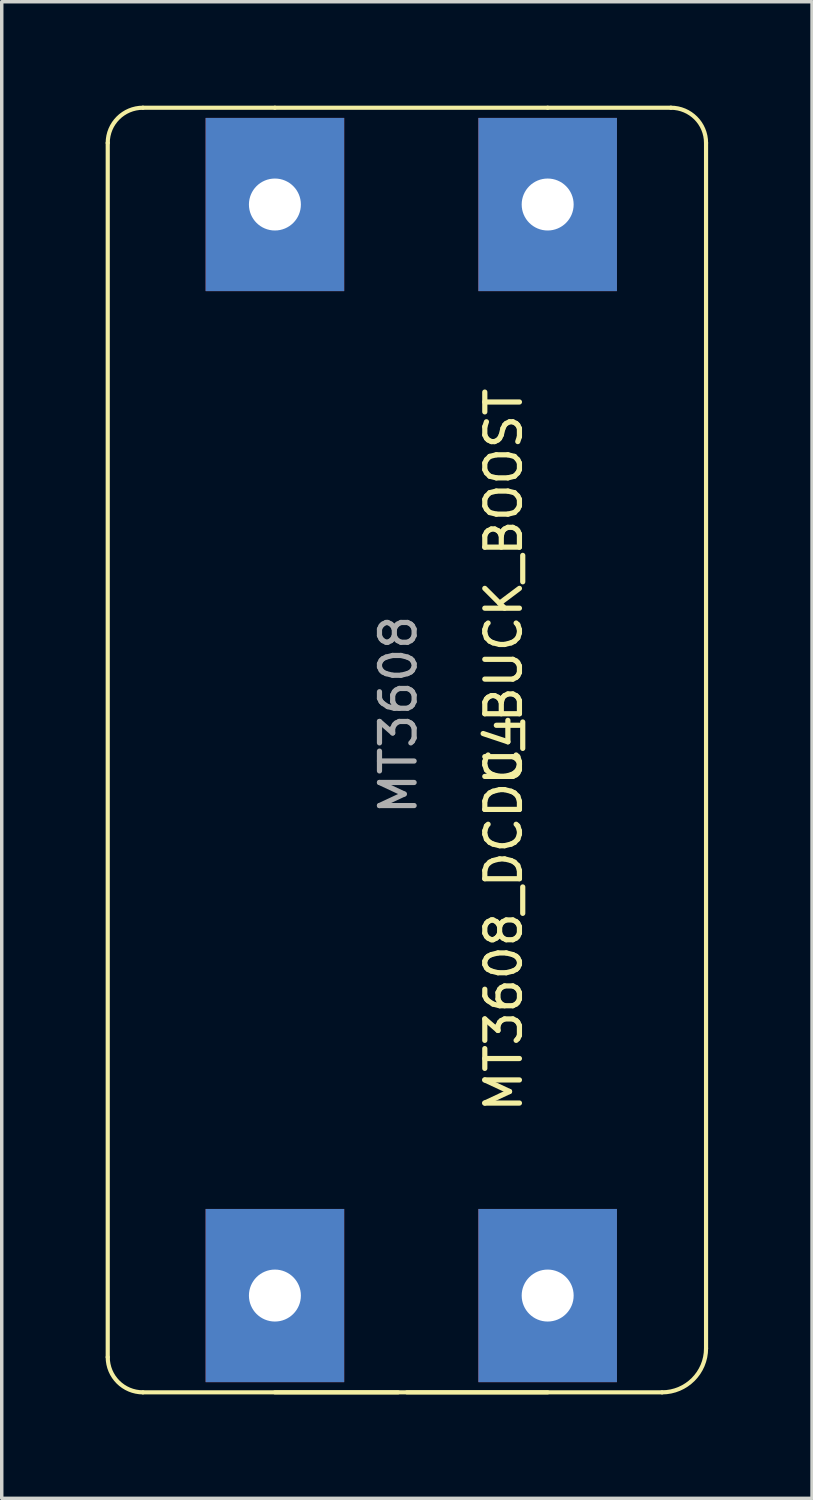
<source format=kicad_pcb>
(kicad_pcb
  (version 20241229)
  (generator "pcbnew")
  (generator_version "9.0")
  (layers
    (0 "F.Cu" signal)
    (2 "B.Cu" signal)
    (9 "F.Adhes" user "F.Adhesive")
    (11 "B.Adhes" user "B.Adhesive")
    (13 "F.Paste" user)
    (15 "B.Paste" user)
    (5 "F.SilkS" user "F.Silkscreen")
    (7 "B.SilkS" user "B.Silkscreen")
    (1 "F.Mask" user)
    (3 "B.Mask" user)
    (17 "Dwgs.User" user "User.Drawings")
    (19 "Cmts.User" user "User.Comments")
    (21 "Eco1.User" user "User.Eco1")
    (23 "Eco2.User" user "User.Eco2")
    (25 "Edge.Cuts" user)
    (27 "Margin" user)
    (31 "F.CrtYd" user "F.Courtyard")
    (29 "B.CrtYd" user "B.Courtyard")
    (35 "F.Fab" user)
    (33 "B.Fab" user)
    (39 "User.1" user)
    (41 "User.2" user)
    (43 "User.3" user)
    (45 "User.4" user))
  (footprint "MT3608_DCDC_BUCK_BOOST"
    (layer "F.Cu")
    (at 8.442 18.602)
    (property "Reference" "MT3608_DCDC_BUCK_BOOST" (at 3.048 0 90) (layer "F.SilkS") (effects (font (size 1 1) (thickness 0.15))))
    (attr through_hole)
    (fp_line (start -8.382 17.526) (end -8.382 -17.526) (stroke (width 0.12) (type solid)) (layer "F.SilkS"))
    (fp_line (start -7.366 -18.542) (end -3.556 -18.542) (stroke (width 0.12) (type solid)) (layer "F.SilkS"))
    (fp_line (start -3.556 -18.542) (end 4.318 -18.542) (stroke (width 0.12) (type solid)) (layer "F.SilkS"))
    (fp_line (start 0 18.542) (end -7.366 18.542) (stroke (width 0.12) (type solid)) (layer "F.SilkS"))
    (fp_line (start 0.254 18.542) (end 7.62 18.542) (stroke (width 0.12) (type solid)) (layer "F.SilkS"))
    (fp_line (start 4.318 18.542) (end -3.556 18.542) (stroke (width 0.12) (type solid)) (layer "F.SilkS"))
    (fp_line (start 7.874 -18.542) (end 4.318 -18.542) (stroke (width 0.12) (type solid)) (layer "F.SilkS"))
    (fp_line (start 8.89 -17.526) (end 8.89 17.272) (stroke (width 0.12) (type solid)) (layer "F.SilkS"))
    (fp_arc (start -8.382 -17.526) (mid -8.08442 -18.24442) (end -7.366 -18.542) (stroke (width 0.12) (type solid)) (layer "F.SilkS"))
    (fp_arc (start -7.366 18.542) (mid -8.08442 18.24442) (end -8.382 17.526) (stroke (width 0.12) (type solid)) (layer "F.SilkS"))
    (fp_arc (start 7.874 -18.542) (mid 8.59242 -18.24442) (end 8.89 -17.526) (stroke (width 0.12) (type solid)) (layer "F.SilkS"))
    (fp_arc (start 8.89 17.272) (mid 8.518026 18.170026) (end 7.62 18.542) (stroke (width 0.12) (type solid)) (layer "F.SilkS"))
    (fp_text user "U4" (at 3.048 0 90) (layer "F.SilkS") (effects (font (size 1 1) (thickness 0.15))))
    (fp_text user "MT3608" (at 0.008 -1.016 90) (layer "F.Fab") (effects (font (size 1 1) (thickness 0.15))))
    (pad "1" thru_hole rect (at -3.556 -15.748) (size 4 5) (drill 1.5) (layers "*.Cu" "*.Mask"))
    (pad "2" thru_hole rect (at 4.318 -15.748) (size 4 5) (drill 1.5) (layers "*.Cu" "*.Mask"))
    (pad "3" thru_hole rect (at -3.556 15.748) (size 4 5) (drill 1.5) (layers "*.Cu" "*.Mask"))
    (pad "4" thru_hole rect (at 4.318 15.748) (size 4 5) (drill 1.5) (layers "*.Cu" "*.Mask")))
  (gr_rect
    (start -3 -3)
    (end 20.392 40.204)
    (stroke (width 0.1) (type default))
    (fill no)
    (layer "Edge.Cuts")))
</source>
